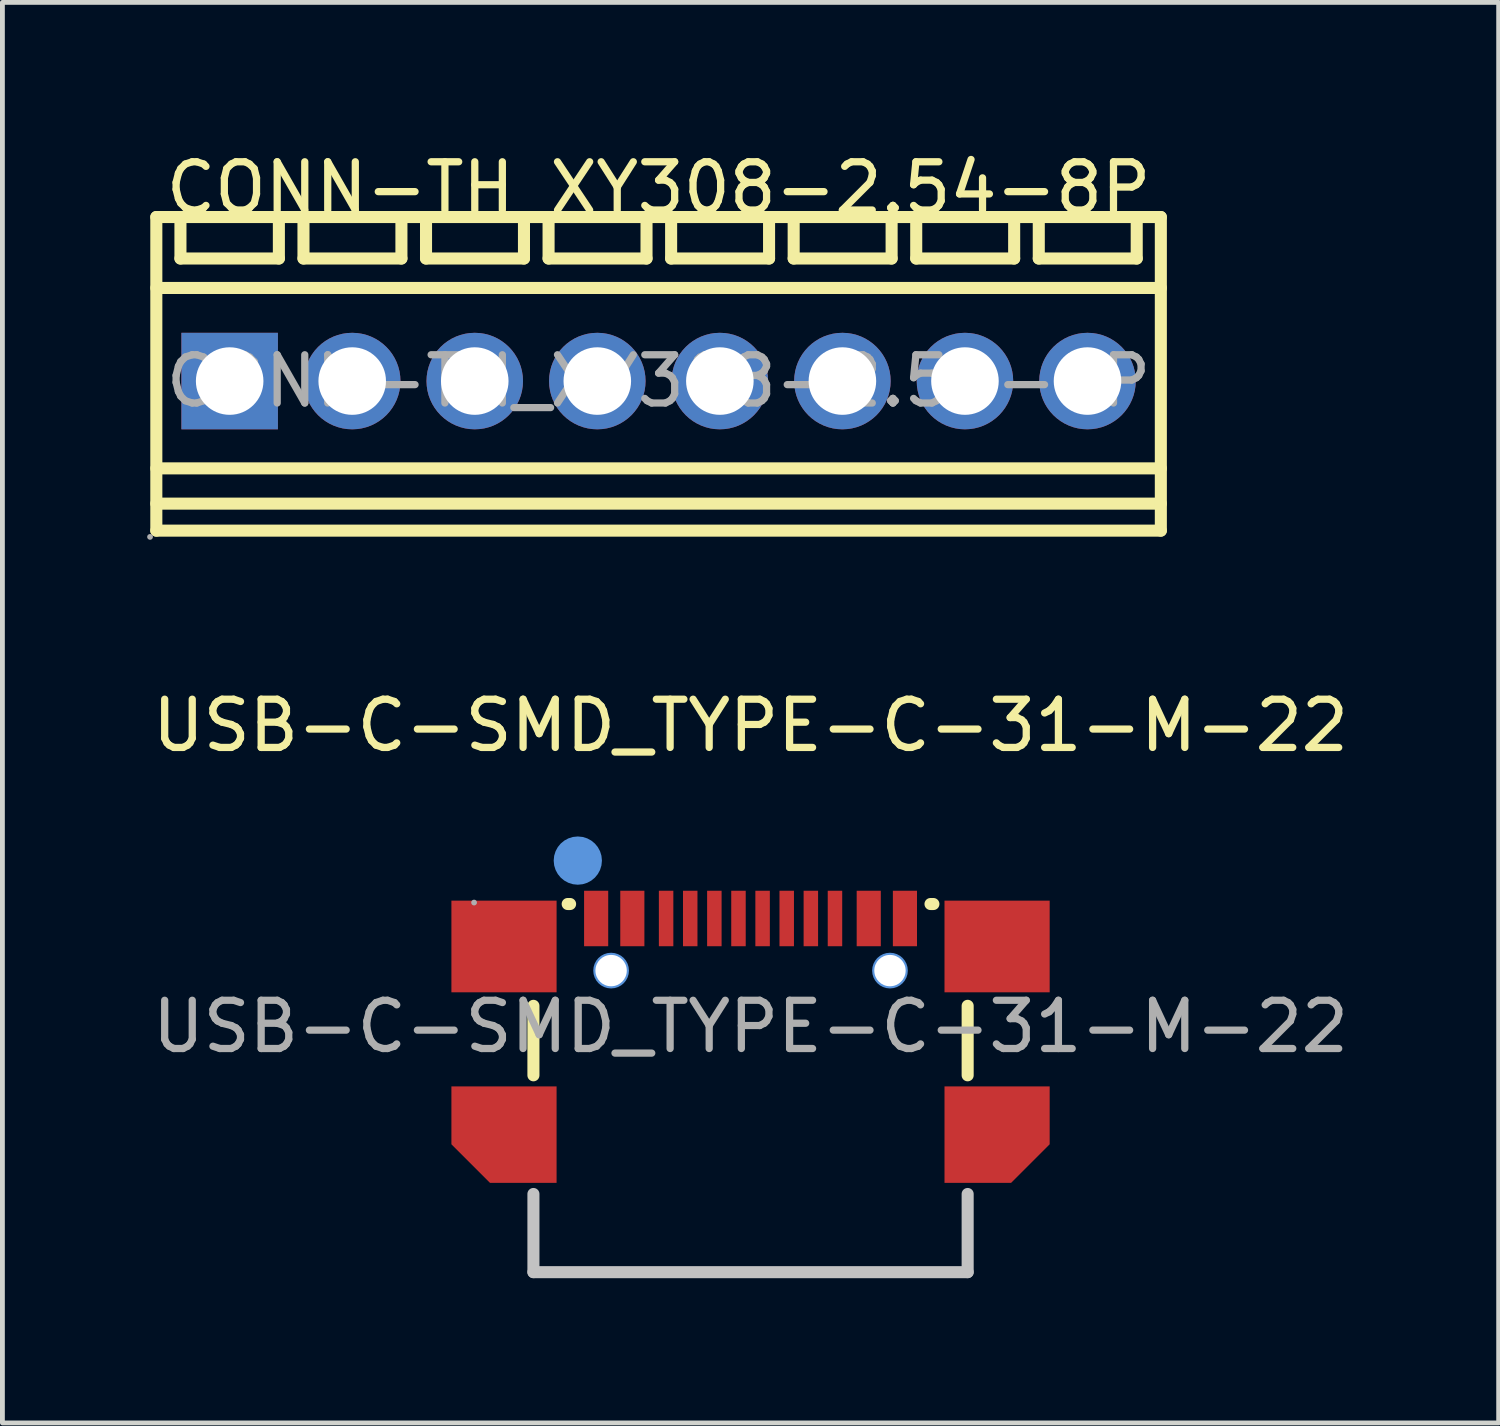
<source format=kicad_pcb>
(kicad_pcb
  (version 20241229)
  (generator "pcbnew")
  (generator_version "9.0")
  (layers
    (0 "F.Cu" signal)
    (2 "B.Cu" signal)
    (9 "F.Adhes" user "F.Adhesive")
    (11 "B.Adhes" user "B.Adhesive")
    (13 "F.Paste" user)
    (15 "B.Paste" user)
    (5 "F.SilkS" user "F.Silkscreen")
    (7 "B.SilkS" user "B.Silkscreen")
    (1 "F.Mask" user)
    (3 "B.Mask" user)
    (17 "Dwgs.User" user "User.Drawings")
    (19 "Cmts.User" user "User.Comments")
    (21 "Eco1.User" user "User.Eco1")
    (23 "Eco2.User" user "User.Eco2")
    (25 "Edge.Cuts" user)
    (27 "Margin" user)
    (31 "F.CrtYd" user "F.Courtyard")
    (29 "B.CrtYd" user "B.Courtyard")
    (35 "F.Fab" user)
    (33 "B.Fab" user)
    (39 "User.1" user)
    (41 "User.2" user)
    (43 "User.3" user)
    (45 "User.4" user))
  (footprint "USB-C-SMD_TYPE-C-31-M-22"
    (layer "F.Cu")
    (at 12.506 18.227)
    (property "Reference" "USB-C-SMD_TYPE-C-31-M-22" (at 0 -6.24 180) (layer "F.SilkS") (effects (font (size 1 1) (thickness 0.15))))
    (attr smd)
    (fp_line (start -4.5 1.01) (end -4.5 -0.43) (stroke (width 0.25) (type solid)) (layer "F.SilkS"))
    (fp_line (start -3.74 -2.54) (end -3.79 -2.54) (stroke (width 0.25) (type solid)) (layer "F.SilkS"))
    (fp_line (start 3.79 -2.54) (end 3.73 -2.54) (stroke (width 0.25) (type solid)) (layer "F.SilkS"))
    (fp_line (start 4.5 1.01) (end 4.5 -0.43) (stroke (width 0.25) (type solid)) (layer "F.SilkS"))
    (fp_line (start -4.5 5.09) (end -4.5 3.47) (stroke (width 0.25) (type solid)) (layer "Dwgs.User"))
    (fp_line (start 4.5 5.09) (end -4.5 5.09) (stroke (width 0.25) (type solid)) (layer "Dwgs.User"))
    (fp_line (start 4.5 5.09) (end 4.5 3.47) (stroke (width 0.25) (type solid)) (layer "Dwgs.User"))
    (fp_circle (center -3.58 -3.44) (end -3.33 -3.44) (stroke (width 0.5) (type solid)) (fill no) (layer "Cmts.User"))
    (fp_circle (center -2.89 -1.16) (end -2.77 -1.16) (stroke (width 0.25) (type solid)) (fill no) (layer "Cmts.User"))
    (fp_circle (center 2.89 -1.16) (end 3.01 -1.16) (stroke (width 0.25) (type solid)) (fill no) (layer "Cmts.User"))
    (fp_circle (center -5.73 -2.57) (end -5.7 -2.57) (stroke (width 0.06) (type solid)) (fill no) (layer "F.Fab"))
    (fp_text user "${REFERENCE}" (at 0 0 180) (layer "F.Fab") (effects (font (size 1 1) (thickness 0.15))))
    (pad "" thru_hole circle (at -2.89 -1.16) (size 0.65 0.65) (drill 0.65) (layers "*.Cu" "*.Mask"))
    (pad "" thru_hole circle (at 2.89 -1.16) (size 0.65 0.65) (drill 0.65) (layers "*.Cu" "*.Mask"))
    (pad "1" smd rect (at -3.2 -2.24) (size 0.5 1.15) (layers "F.Cu" "F.Mask" "F.Paste"))
    (pad "2" smd rect (at -2.45 -2.24) (size 0.5 1.15) (layers "F.Cu" "F.Mask" "F.Paste"))
    (pad "3" smd rect (at -1.75 -2.24) (size 0.3 1.15) (layers "F.Cu" "F.Mask" "F.Paste"))
    (pad "4" smd rect (at -1.25 -2.24) (size 0.3 1.15) (layers "F.Cu" "F.Mask" "F.Paste"))
    (pad "5" smd rect (at -0.75 -2.24) (size 0.3 1.15) (layers "F.Cu" "F.Mask" "F.Paste"))
    (pad "6" smd rect (at -0.25 -2.24) (size 0.3 1.15) (layers "F.Cu" "F.Mask" "F.Paste"))
    (pad "7" smd rect (at 0.25 -2.24) (size 0.3 1.15) (layers "F.Cu" "F.Mask" "F.Paste"))
    (pad "8" smd rect (at 0.75 -2.24) (size 0.3 1.15) (layers "F.Cu" "F.Mask" "F.Paste"))
    (pad "9" smd rect (at 1.25 -2.24) (size 0.3 1.15) (layers "F.Cu" "F.Mask" "F.Paste"))
    (pad "10" smd rect (at 1.75 -2.24) (size 0.3 1.15) (layers "F.Cu" "F.Mask" "F.Paste"))
    (pad "11" smd rect (at 2.45 -2.24) (size 0.5 1.15) (layers "F.Cu" "F.Mask" "F.Paste"))
    (pad "12" smd rect (at 3.2 -2.24) (size 0.5 1.15) (layers "F.Cu" "F.Mask" "F.Paste"))
    (pad "13" smd rect (at 5.11 -1.66) (size 2.18 1.9) (layers "F.Cu" "F.Mask" "F.Paste"))
    (pad "14" smd roundrect (at 5.11 2.24) (size 2.18 2) (layers "F.Cu" "F.Mask" "F.Paste") (roundrect_rratio 0) (chamfer_ratio 0.4) (chamfer bottom_right))
    (pad "15" smd roundrect (at -5.11 2.24) (size 2.18 2) (layers "F.Cu" "F.Mask" "F.Paste") (roundrect_rratio 0) (chamfer_ratio 0.4) (chamfer bottom_left))
    (pad "16" smd rect (at -5.11 -1.66) (size 2.18 1.9) (layers "F.Cu" "F.Mask" "F.Paste")))
  (footprint "CONN-TH_XY308-2.54-8P"
    (layer "F.Cu")
    (at 10.6 4.848)
    (property "Reference" "CONN-TH_XY308-2.54-8P" (at 0 -4 0) (layer "F.SilkS") (effects (font (size 1 1) (thickness 0.15))))
    (attr through_hole)
    (fp_line (start -10.41 -3.4) (end -10.41 3.1) (stroke (width 0.25) (type solid)) (layer "F.SilkS"))
    (fp_line (start -10.41 -1.93) (end 10.41 -1.93) (stroke (width 0.25) (type solid)) (layer "F.SilkS"))
    (fp_line (start -10.41 1.81) (end 10.41 1.81) (stroke (width 0.25) (type solid)) (layer "F.SilkS"))
    (fp_line (start -10.41 2.54) (end 10.41 2.54) (stroke (width 0.25) (type solid)) (layer "F.SilkS"))
    (fp_line (start -9.91 -3.4) (end -9.91 -2.54) (stroke (width 0.25) (type solid)) (layer "F.SilkS"))
    (fp_line (start -9.91 -2.54) (end -7.87 -2.54) (stroke (width 0.25) (type solid)) (layer "F.SilkS"))
    (fp_line (start -7.87 -2.54) (end -7.87 -3.4) (stroke (width 0.25) (type solid)) (layer "F.SilkS"))
    (fp_line (start -7.36 -3.4) (end -7.36 -2.54) (stroke (width 0.25) (type solid)) (layer "F.SilkS"))
    (fp_line (start -7.36 -2.54) (end -5.33 -2.54) (stroke (width 0.25) (type solid)) (layer "F.SilkS"))
    (fp_line (start -5.33 -2.54) (end -5.33 -3.4) (stroke (width 0.25) (type solid)) (layer "F.SilkS"))
    (fp_line (start -4.82 -3.4) (end -4.82 -2.54) (stroke (width 0.25) (type solid)) (layer "F.SilkS"))
    (fp_line (start -4.82 -2.54) (end -2.79 -2.54) (stroke (width 0.25) (type solid)) (layer "F.SilkS"))
    (fp_line (start -2.79 -2.54) (end -2.79 -3.4) (stroke (width 0.25) (type solid)) (layer "F.SilkS"))
    (fp_line (start -2.28 -3.4) (end -2.28 -2.54) (stroke (width 0.25) (type solid)) (layer "F.SilkS"))
    (fp_line (start -2.28 -2.54) (end -0.25 -2.54) (stroke (width 0.25) (type solid)) (layer "F.SilkS"))
    (fp_line (start -0.25 -2.54) (end -0.25 -3.4) (stroke (width 0.25) (type solid)) (layer "F.SilkS"))
    (fp_line (start 0.26 -3.4) (end 0.26 -2.54) (stroke (width 0.25) (type solid)) (layer "F.SilkS"))
    (fp_line (start 0.26 -2.54) (end 2.29 -2.54) (stroke (width 0.25) (type solid)) (layer "F.SilkS"))
    (fp_line (start 2.29 -2.54) (end 2.29 -3.4) (stroke (width 0.25) (type solid)) (layer "F.SilkS"))
    (fp_line (start 2.8 -3.4) (end 2.8 -2.54) (stroke (width 0.25) (type solid)) (layer "F.SilkS"))
    (fp_line (start 2.8 -2.54) (end 4.83 -2.54) (stroke (width 0.25) (type solid)) (layer "F.SilkS"))
    (fp_line (start 4.83 -2.54) (end 4.83 -3.4) (stroke (width 0.25) (type solid)) (layer "F.SilkS"))
    (fp_line (start 5.34 -3.4) (end 5.34 -2.54) (stroke (width 0.25) (type solid)) (layer "F.SilkS"))
    (fp_line (start 5.34 -2.54) (end 7.37 -2.54) (stroke (width 0.25) (type solid)) (layer "F.SilkS"))
    (fp_line (start 7.37 -2.54) (end 7.37 -3.4) (stroke (width 0.25) (type solid)) (layer "F.SilkS"))
    (fp_line (start 7.88 -3.4) (end 7.88 -2.54) (stroke (width 0.25) (type solid)) (layer "F.SilkS"))
    (fp_line (start 7.88 -2.54) (end 9.91 -2.54) (stroke (width 0.25) (type solid)) (layer "F.SilkS"))
    (fp_line (start 9.91 -2.54) (end 9.91 -3.4) (stroke (width 0.25) (type solid)) (layer "F.SilkS"))
    (fp_line (start 10.41 -3.4) (end -10.41 -3.4) (stroke (width 0.25) (type solid)) (layer "F.SilkS"))
    (fp_line (start 10.41 -3.4) (end 10.41 3.1) (stroke (width 0.25) (type solid)) (layer "F.SilkS"))
    (fp_line (start 10.41 3.1) (end -10.41 3.1) (stroke (width 0.25) (type solid)) (layer "F.SilkS"))
    (fp_circle (center -10.54 3.23) (end -10.51 3.23) (stroke (width 0.06) (type solid)) (fill no) (layer "F.Fab"))
    (fp_circle (center -8.89 0) (end -8.59 0) (stroke (width 0.6) (type solid)) (fill no) (layer "F.Fab"))
    (fp_circle (center -6.35 0) (end -6.05 0) (stroke (width 0.6) (type solid)) (fill no) (layer "F.Fab"))
    (fp_circle (center -3.81 0) (end -3.51 0) (stroke (width 0.6) (type solid)) (fill no) (layer "F.Fab"))
    (fp_circle (center -1.27 0) (end -0.97 0) (stroke (width 0.6) (type solid)) (fill no) (layer "F.Fab"))
    (fp_circle (center 1.27 0) (end 1.57 0) (stroke (width 0.6) (type solid)) (fill no) (layer "F.Fab"))
    (fp_circle (center 3.81 0) (end 4.11 0) (stroke (width 0.6) (type solid)) (fill no) (layer "F.Fab"))
    (fp_circle (center 6.35 0) (end 6.65 0) (stroke (width 0.6) (type solid)) (fill no) (layer "F.Fab"))
    (fp_circle (center 8.89 0) (end 9.19 0) (stroke (width 0.6) (type solid)) (fill no) (layer "F.Fab"))
    (fp_text user "${REFERENCE}" (at 0 0 0) (layer "F.Fab") (effects (font (size 1 1) (thickness 0.15))))
    (pad "1" thru_hole rect (at -8.89 0) (size 2 2) (drill 1.4) (layers "*.Cu" "*.Mask"))
    (pad "2" thru_hole circle (at -6.35 0) (size 2 2) (drill 1.4) (layers "*.Cu" "*.Mask"))
    (pad "3" thru_hole circle (at -3.81 0) (size 2 2) (drill 1.4) (layers "*.Cu" "*.Mask"))
    (pad "4" thru_hole circle (at -1.27 0) (size 2 2) (drill 1.4) (layers "*.Cu" "*.Mask"))
    (pad "5" thru_hole circle (at 1.27 0) (size 2 2) (drill 1.4) (layers "*.Cu" "*.Mask"))
    (pad "6" thru_hole circle (at 3.81 0) (size 2 2) (drill 1.4) (layers "*.Cu" "*.Mask"))
    (pad "7" thru_hole circle (at 6.35 0) (size 2 2) (drill 1.4) (layers "*.Cu" "*.Mask"))
    (pad "8" thru_hole circle (at 8.89 0) (size 2 2) (drill 1.4) (layers "*.Cu" "*.Mask")))
  (gr_rect
    (start -3 -3)
    (end 28.012 26.442)
    (stroke (width 0.1) (type default))
    (fill no)
    (layer "Edge.Cuts")))
</source>
